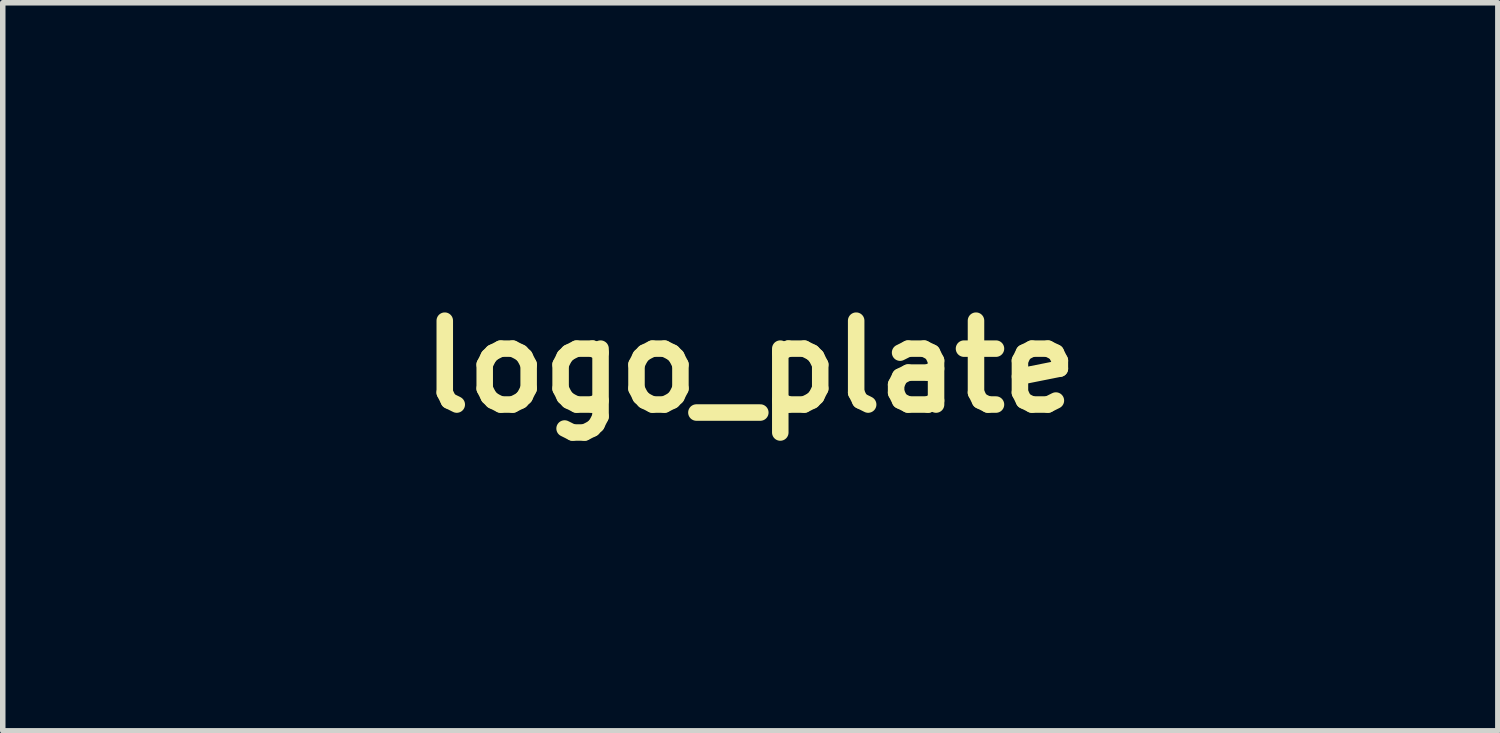
<source format=kicad_pcb>
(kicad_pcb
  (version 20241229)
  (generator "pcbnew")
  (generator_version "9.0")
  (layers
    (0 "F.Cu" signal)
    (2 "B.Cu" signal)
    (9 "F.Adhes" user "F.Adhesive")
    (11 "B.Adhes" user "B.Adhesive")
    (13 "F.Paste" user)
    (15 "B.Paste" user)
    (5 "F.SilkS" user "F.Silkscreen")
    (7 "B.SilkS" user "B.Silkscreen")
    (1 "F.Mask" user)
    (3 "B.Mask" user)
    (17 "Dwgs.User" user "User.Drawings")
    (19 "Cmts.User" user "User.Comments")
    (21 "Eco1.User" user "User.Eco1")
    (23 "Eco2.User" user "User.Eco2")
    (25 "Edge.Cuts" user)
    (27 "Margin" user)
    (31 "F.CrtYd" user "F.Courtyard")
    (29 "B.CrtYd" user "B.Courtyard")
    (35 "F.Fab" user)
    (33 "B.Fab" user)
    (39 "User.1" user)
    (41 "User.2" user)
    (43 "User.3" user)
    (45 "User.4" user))
  (footprint "logo_plate"
    (layer "F.Cu")
    (at 10.583 3.611)
    (property "Reference" "logo_plate" (at 0 0 0) (layer "F.SilkS") (effects (font (size 1.524 1.524) (thickness 0.3))))
    (attr through_hole)
    (fp_poly (pts (xy -6.988 2.348) (xy -7.648 2.348) (xy -7.648 -2.167) (xy -6.988 -2.167) (xy -6.988 2.348)) (stroke (width 0.01) (type solid)) (fill yes) (layer "F.Mask"))
    (fp_poly (pts (xy 4.612 3.421) (xy -10.578 3.421) (xy -10.578 2.89) (xy 4.612 2.89) (xy 4.612 3.421)) (stroke (width 0.01) (type solid)) (fill yes) (layer "F.Mask"))
    (fp_poly (pts (xy 4.617 2.348) (xy 3.957 2.348) (xy 3.957 -2.167) (xy 4.617 -2.167) (xy 4.617 2.348)) (stroke (width 0.01) (type solid)) (fill yes) (layer "F.Mask"))
    (fp_poly (pts (xy 10.578 3.421) (xy 6.677 3.421) (xy 6.677 2.89) (xy 10.578 2.89) (xy 10.578 3.421)) (stroke (width 0.01) (type solid)) (fill yes) (layer "F.Mask"))
    (fp_poly (pts (xy 4.315 -3.605) (xy 4.365 -3.601) (xy 4.405 -3.592) (xy 4.462 -3.572) (xy 4.513 -3.541) (xy 4.558 -3.502) (xy 4.596 -3.454) (xy 4.627 -3.4) (xy 4.65 -3.339) (xy 4.652 -3.332) (xy 4.659 -3.295) (xy 4.664 -3.251) (xy 4.665 -3.203) (xy 4.663 -3.155) (xy 4.658 -3.111) (xy 4.652 -3.079) (xy 4.629 -3.012) (xy 4.599 -2.954) (xy 4.562 -2.905) (xy 4.519 -2.864) (xy 4.469 -2.833) (xy 4.412 -2.81) (xy 4.405 -2.808) (xy 4.38 -2.803) (xy 4.346 -2.799) (xy 4.308 -2.797) (xy 4.269 -2.796) (xy 4.231 -2.797) (xy 4.198 -2.799) (xy 4.177 -2.802) (xy 4.137 -2.812) (xy 4.102 -2.826) (xy 4.067 -2.845) (xy 4.051 -2.855) (xy 4.013 -2.884) (xy 3.982 -2.919) (xy 3.956 -2.963) (xy 3.949 -2.977) (xy 3.922 -3.045) (xy 3.905 -3.118) (xy 3.899 -3.195) (xy 3.901 -3.262) (xy 3.911 -3.329) (xy 3.93 -3.391) (xy 3.957 -3.446) (xy 3.992 -3.494) (xy 4.034 -3.534) (xy 4.083 -3.566) (xy 4.12 -3.583) (xy 4.162 -3.594) (xy 4.21 -3.602) (xy 4.262 -3.606) (xy 4.315 -3.605)) (stroke (width 0.01) (type solid)) (fill yes) (layer "F.Mask"))
    (fp_poly (pts (xy -7.304 -3.605) (xy -7.244 -3.6) (xy -7.192 -3.59) (xy -7.147 -3.574) (xy -7.107 -3.553) (xy -7.07 -3.524) (xy -7.053 -3.508) (xy -7.011 -3.459) (xy -6.978 -3.405) (xy -6.956 -3.347) (xy -6.942 -3.283) (xy -6.938 -3.213) (xy -6.939 -3.181) (xy -6.943 -3.133) (xy -6.95 -3.092) (xy -6.96 -3.054) (xy -6.976 -3.014) (xy -6.988 -2.987) (xy -7.02 -2.933) (xy -7.057 -2.888) (xy -7.1 -2.852) (xy -7.15 -2.825) (xy -7.199 -2.808) (xy -7.227 -2.803) (xy -7.261 -2.799) (xy -7.301 -2.797) (xy -7.342 -2.796) (xy -7.38 -2.797) (xy -7.414 -2.8) (xy -7.431 -2.803) (xy -7.474 -2.816) (xy -7.518 -2.835) (xy -7.558 -2.858) (xy -7.59 -2.884) (xy -7.593 -2.886) (xy -7.621 -2.92) (xy -7.647 -2.962) (xy -7.669 -3.011) (xy -7.687 -3.063) (xy -7.699 -3.113) (xy -7.702 -3.144) (xy -7.704 -3.183) (xy -7.704 -3.225) (xy -7.702 -3.265) (xy -7.698 -3.301) (xy -7.697 -3.31) (xy -7.679 -3.374) (xy -7.654 -3.432) (xy -7.622 -3.482) (xy -7.582 -3.524) (xy -7.535 -3.557) (xy -7.516 -3.567) (xy -7.471 -3.586) (xy -7.426 -3.598) (xy -7.376 -3.605) (xy -7.321 -3.606) (xy -7.304 -3.605)) (stroke (width 0.01) (type solid)) (fill yes) (layer "F.Mask"))
    (fp_poly (pts (xy 3.029 -2.221) (xy 3.064 -2.22) (xy 3.091 -2.219) (xy 3.114 -2.217) (xy 3.135 -2.215) (xy 3.154 -2.212) (xy 3.172 -2.208) (xy 3.253 -2.187) (xy 3.326 -2.161) (xy 3.393 -2.13) (xy 3.458 -2.09) (xy 3.518 -2.045) (xy 3.533 -2.033) (xy 3.442 -1.746) (xy 3.425 -1.692) (xy 3.409 -1.64) (xy 3.394 -1.593) (xy 3.38 -1.551) (xy 3.369 -1.516) (xy 3.36 -1.487) (xy 3.353 -1.467) (xy 3.35 -1.457) (xy 3.349 -1.455) (xy 3.344 -1.456) (xy 3.33 -1.461) (xy 3.31 -1.47) (xy 3.286 -1.482) (xy 3.281 -1.484) (xy 3.192 -1.524) (xy 3.104 -1.552) (xy 3.017 -1.568) (xy 2.932 -1.574) (xy 2.847 -1.568) (xy 2.763 -1.551) (xy 2.755 -1.549) (xy 2.71 -1.534) (xy 2.661 -1.512) (xy 2.612 -1.487) (xy 2.566 -1.459) (xy 2.534 -1.437) (xy 2.498 -1.407) (xy 2.458 -1.371) (xy 2.418 -1.33) (xy 2.381 -1.289) (xy 2.348 -1.249) (xy 2.344 -1.242) (xy 2.309 -1.195) (xy 2.309 2.348) (xy 1.648 2.348) (xy 1.648 -2.167) (xy 2.099 -2.167) (xy 2.159 -1.985) (xy 2.174 -1.942) (xy 2.187 -1.903) (xy 2.199 -1.867) (xy 2.209 -1.838) (xy 2.217 -1.817) (xy 2.222 -1.803) (xy 2.223 -1.799) (xy 2.228 -1.802) (xy 2.237 -1.813) (xy 2.251 -1.829) (xy 2.267 -1.85) (xy 2.269 -1.853) (xy 2.335 -1.934) (xy 2.408 -2.006) (xy 2.485 -2.068) (xy 2.568 -2.12) (xy 2.656 -2.163) (xy 2.748 -2.195) (xy 2.801 -2.208) (xy 2.822 -2.212) (xy 2.842 -2.216) (xy 2.863 -2.218) (xy 2.886 -2.219) (xy 2.915 -2.22) (xy 2.952 -2.221) (xy 2.986 -2.221) (xy 3.029 -2.221)) (stroke (width 0.01) (type solid)) (fill yes) (layer "F.Mask"))
    (fp_poly (pts (xy -4.849 -2.221) (xy -4.816 -2.219) (xy -4.714 -2.201) (xy -4.617 -2.174) (xy -4.523 -2.136) (xy -4.518 -2.134) (xy -4.453 -2.1) (xy -4.393 -2.061) (xy -4.337 -2.016) (xy -4.283 -1.964) (xy -4.258 -1.937) (xy -4.2 -1.867) (xy -4.151 -1.794) (xy -4.108 -1.716) (xy -4.073 -1.632) (xy -4.043 -1.541) (xy -4.019 -1.443) (xy -4.004 -1.354) (xy -4.003 -1.348) (xy -4.002 -1.34) (xy -4.001 -1.332) (xy -4 -1.322) (xy -4 -1.31) (xy -3.999 -1.295) (xy -3.998 -1.278) (xy -3.998 -1.258) (xy -3.997 -1.235) (xy -3.997 -1.207) (xy -3.996 -1.176) (xy -3.996 -1.139) (xy -3.996 -1.098) (xy -3.995 -1.052) (xy -3.995 -1) (xy -3.995 -0.942) (xy -3.994 -0.877) (xy -3.994 -0.806) (xy -3.994 -0.727) (xy -3.994 -0.641) (xy -3.993 -0.547) (xy -3.993 -0.444) (xy -3.993 -0.333) (xy -3.993 -0.213) (xy -3.993 -0.084) (xy -3.993 0.056) (xy -3.992 0.205) (xy -3.992 0.365) (xy -3.992 0.529) (xy -3.99 2.348) (xy -4.651 2.348) (xy -4.651 0.639) (xy -4.651 0.451) (xy -4.651 0.274) (xy -4.651 0.107) (xy -4.651 -0.05) (xy -4.652 -0.196) (xy -4.652 -0.332) (xy -4.652 -0.458) (xy -4.652 -0.573) (xy -4.653 -0.677) (xy -4.653 -0.77) (xy -4.653 -0.852) (xy -4.654 -0.924) (xy -4.654 -0.985) (xy -4.655 -1.034) (xy -4.655 -1.073) (xy -4.656 -1.101) (xy -4.657 -1.117) (xy -4.657 -1.12) (xy -4.669 -1.196) (xy -4.687 -1.266) (xy -4.711 -1.33) (xy -4.74 -1.387) (xy -4.774 -1.436) (xy -4.812 -1.476) (xy -4.829 -1.489) (xy -4.863 -1.512) (xy -4.896 -1.53) (xy -4.933 -1.545) (xy -4.972 -1.556) (xy -4.995 -1.562) (xy -5.016 -1.566) (xy -5.037 -1.569) (xy -5.062 -1.57) (xy -5.094 -1.571) (xy -5.117 -1.571) (xy -5.155 -1.571) (xy -5.185 -1.57) (xy -5.209 -1.568) (xy -5.231 -1.565) (xy -5.253 -1.56) (xy -5.255 -1.559) (xy -5.338 -1.534) (xy -5.417 -1.501) (xy -5.493 -1.458) (xy -5.566 -1.406) (xy -5.615 -1.366) (xy -5.644 -1.341) (xy -5.644 2.348) (xy -6.305 2.348) (xy -6.305 -2.168) (xy -6.078 -2.166) (xy -5.852 -2.165) (xy -5.75 -1.908) (xy -5.718 -1.935) (xy -5.627 -2.006) (xy -5.529 -2.067) (xy -5.426 -2.119) (xy -5.317 -2.162) (xy -5.203 -2.194) (xy -5.14 -2.208) (xy -5.1 -2.214) (xy -5.052 -2.218) (xy -5 -2.221) (xy -4.946 -2.223) (xy -4.895 -2.223) (xy -4.849 -2.221)) (stroke (width 0.01) (type solid)) (fill yes) (layer "F.Mask"))
    (fp_poly (pts (xy 0.241 -3.217) (xy 0.241 -3.201) (xy 0.242 -3.176) (xy 0.242 -3.141) (xy 0.242 -3.098) (xy 0.242 -3.048) (xy 0.242 -2.991) (xy 0.243 -2.928) (xy 0.243 -2.861) (xy 0.243 -2.789) (xy 0.243 -2.713) (xy 0.243 -2.695) (xy 0.243 -2.167) (xy 0.993 -2.167) (xy 0.993 -1.609) (xy 0.243 -1.609) (xy 0.243 -0.142) (xy 0.243 0.012) (xy 0.243 0.155) (xy 0.243 0.288) (xy 0.243 0.411) (xy 0.243 0.524) (xy 0.243 0.628) (xy 0.243 0.723) (xy 0.243 0.81) (xy 0.243 0.889) (xy 0.243 0.96) (xy 0.244 1.024) (xy 0.244 1.082) (xy 0.245 1.134) (xy 0.245 1.179) (xy 0.246 1.219) (xy 0.246 1.255) (xy 0.247 1.285) (xy 0.248 1.312) (xy 0.249 1.335) (xy 0.25 1.354) (xy 0.252 1.371) (xy 0.253 1.385) (xy 0.255 1.397) (xy 0.256 1.408) (xy 0.258 1.417) (xy 0.26 1.426) (xy 0.263 1.434) (xy 0.265 1.443) (xy 0.268 1.451) (xy 0.269 1.456) (xy 0.294 1.525) (xy 0.328 1.586) (xy 0.369 1.64) (xy 0.418 1.687) (xy 0.474 1.725) (xy 0.536 1.754) (xy 0.603 1.774) (xy 0.669 1.783) (xy 0.725 1.784) (xy 0.781 1.781) (xy 0.832 1.773) (xy 0.847 1.769) (xy 0.876 1.76) (xy 0.911 1.746) (xy 0.948 1.729) (xy 0.985 1.711) (xy 1.016 1.692) (xy 1.018 1.691) (xy 1.035 1.681) (xy 1.047 1.674) (xy 1.053 1.672) (xy 1.053 1.672) (xy 1.055 1.677) (xy 1.06 1.693) (xy 1.068 1.717) (xy 1.078 1.749) (xy 1.09 1.787) (xy 1.104 1.831) (xy 1.12 1.88) (xy 1.137 1.933) (xy 1.143 1.953) (xy 1.163 2.018) (xy 1.18 2.073) (xy 1.194 2.118) (xy 1.206 2.155) (xy 1.214 2.185) (xy 1.22 2.207) (xy 1.223 2.222) (xy 1.225 2.232) (xy 1.224 2.236) (xy 1.224 2.236) (xy 1.136 2.288) (xy 1.043 2.33) (xy 0.943 2.364) (xy 0.839 2.388) (xy 0.73 2.403) (xy 0.618 2.409) (xy 0.504 2.405) (xy 0.494 2.404) (xy 0.424 2.395) (xy 0.354 2.382) (xy 0.285 2.365) (xy 0.22 2.345) (xy 0.163 2.322) (xy 0.143 2.312) (xy 0.116 2.298) (xy 0.084 2.278) (xy 0.05 2.256) (xy 0.017 2.234) (xy -0.011 2.214) (xy -0.02 2.208) (xy -0.033 2.197) (xy -0.051 2.18) (xy -0.072 2.16) (xy -0.095 2.138) (xy -0.095 2.138) (xy -0.151 2.075) (xy -0.202 2.004) (xy -0.248 1.923) (xy -0.288 1.835) (xy -0.323 1.74) (xy -0.351 1.638) (xy -0.362 1.59) (xy -0.365 1.576) (xy -0.367 1.562) (xy -0.37 1.55) (xy -0.373 1.538) (xy -0.375 1.526) (xy -0.377 1.514) (xy -0.379 1.501) (xy -0.381 1.487) (xy -0.382 1.471) (xy -0.384 1.454) (xy -0.385 1.434) (xy -0.386 1.411) (xy -0.387 1.384) (xy -0.388 1.354) (xy -0.389 1.32) (xy -0.39 1.281) (xy -0.39 1.237) (xy -0.391 1.188) (xy -0.391 1.133) (xy -0.392 1.072) (xy -0.392 1.004) (xy -0.392 0.928) (xy -0.392 0.845) (xy -0.393 0.755) (xy -0.393 0.655) (xy -0.393 0.547) (xy -0.393 0.43) (xy -0.393 0.303) (xy -0.393 0.166) (xy -0.393 0.018) (xy -0.394 -0.094) (xy -0.395 -1.609) (xy -0.639 -1.61) (xy -0.883 -1.611) (xy -0.885 -1.889) (xy -0.886 -2.167) (xy -0.395 -2.167) (xy -0.394 -2.563) (xy -0.392 -2.959) (xy -0.077 -3.091) (xy -0.02 -3.114) (xy 0.033 -3.137) (xy 0.082 -3.157) (xy 0.126 -3.176) (xy 0.164 -3.192) (xy 0.196 -3.205) (xy 0.22 -3.214) (xy 0.235 -3.221) (xy 0.241 -3.223) (xy 0.241 -3.223) (xy 0.241 -3.217)) (stroke (width 0.01) (type solid)) (fill yes) (layer "F.Mask"))
    (fp_poly (pts (xy -9.888 -3.436) (xy -9.785 -3.436) (xy -9.693 -3.435) (xy -9.61 -3.435) (xy -9.537 -3.435) (xy -9.473 -3.434) (xy -9.416 -3.434) (xy -9.366 -3.433) (xy -9.323 -3.433) (xy -9.285 -3.432) (xy -9.253 -3.431) (xy -9.225 -3.43) (xy -9.2 -3.428) (xy -9.179 -3.427) (xy -9.16 -3.425) (xy -9.142 -3.422) (xy -9.125 -3.42) (xy -9.109 -3.417) (xy -9.092 -3.414) (xy -9.074 -3.41) (xy -9.056 -3.406) (xy -8.988 -3.389) (xy -8.915 -3.365) (xy -8.842 -3.335) (xy -8.772 -3.301) (xy -8.707 -3.264) (xy -8.665 -3.236) (xy -8.589 -3.176) (xy -8.52 -3.11) (xy -8.459 -3.038) (xy -8.405 -2.959) (xy -8.358 -2.873) (xy -8.318 -2.779) (xy -8.284 -2.677) (xy -8.256 -2.567) (xy -8.235 -2.447) (xy -8.223 -2.359) (xy -8.222 -2.342) (xy -8.22 -2.315) (xy -8.219 -2.278) (xy -8.218 -2.233) (xy -8.218 -2.181) (xy -8.217 -2.122) (xy -8.216 -2.057) (xy -8.216 -1.988) (xy -8.215 -1.915) (xy -8.215 -1.839) (xy -8.215 -1.761) (xy -8.215 -1.683) (xy -8.215 -1.604) (xy -8.215 -1.526) (xy -8.215 -1.451) (xy -8.216 -1.378) (xy -8.216 -1.309) (xy -8.217 -1.245) (xy -8.218 -1.186) (xy -8.218 -1.134) (xy -8.219 -1.089) (xy -8.22 -1.053) (xy -8.221 -1.027) (xy -8.223 -1.01) (xy -8.223 -1.01) (xy -8.238 -0.903) (xy -8.256 -0.806) (xy -8.277 -0.717) (xy -8.302 -0.635) (xy -8.331 -0.559) (xy -8.362 -0.491) (xy -8.414 -0.399) (xy -8.475 -0.315) (xy -8.543 -0.239) (xy -8.619 -0.17) (xy -8.702 -0.11) (xy -8.792 -0.059) (xy -8.889 -0.016) (xy -8.993 0.018) (xy -9.096 0.042) (xy -9.128 0.048) (xy -9.16 0.052) (xy -9.193 0.056) (xy -9.229 0.06) (xy -9.269 0.062) (xy -9.313 0.064) (xy -9.363 0.066) (xy -9.421 0.067) (xy -9.487 0.067) (xy -9.563 0.068) (xy -9.605 0.068) (xy -9.883 0.068) (xy -9.883 2.348) (xy -10.561 2.348) (xy -10.561 -0.592) (xy -9.883 -0.592) (xy -9.597 -0.594) (xy -9.531 -0.595) (xy -9.475 -0.595) (xy -9.428 -0.596) (xy -9.39 -0.597) (xy -9.358 -0.598) (xy -9.333 -0.599) (xy -9.313 -0.6) (xy -9.296 -0.602) (xy -9.283 -0.603) (xy -9.271 -0.606) (xy -9.268 -0.606) (xy -9.196 -0.628) (xy -9.132 -0.659) (xy -9.074 -0.697) (xy -9.025 -0.745) (xy -8.983 -0.8) (xy -8.949 -0.862) (xy -8.931 -0.91) (xy -8.923 -0.932) (xy -8.917 -0.954) (xy -8.911 -0.974) (xy -8.906 -0.995) (xy -8.902 -1.017) (xy -8.898 -1.041) (xy -8.895 -1.068) (xy -8.892 -1.098) (xy -8.89 -1.131) (xy -8.888 -1.17) (xy -8.887 -1.214) (xy -8.886 -1.264) (xy -8.885 -1.321) (xy -8.885 -1.386) (xy -8.885 -1.459) (xy -8.885 -1.541) (xy -8.885 -1.633) (xy -8.886 -1.735) (xy -8.886 -1.738) (xy -8.886 -1.829) (xy -8.887 -1.91) (xy -8.887 -1.98) (xy -8.887 -2.041) (xy -8.888 -2.094) (xy -8.888 -2.14) (xy -8.889 -2.179) (xy -8.889 -2.211) (xy -8.89 -2.238) (xy -8.891 -2.261) (xy -8.892 -2.28) (xy -8.893 -2.295) (xy -8.894 -2.309) (xy -8.896 -2.32) (xy -8.897 -2.331) (xy -8.899 -2.342) (xy -8.9 -2.345) (xy -8.918 -2.422) (xy -8.942 -2.492) (xy -8.972 -2.554) (xy -9.007 -2.607) (xy -9.009 -2.611) (xy -9.049 -2.653) (xy -9.098 -2.691) (xy -9.154 -2.724) (xy -9.215 -2.75) (xy -9.251 -2.761) (xy -9.262 -2.764) (xy -9.273 -2.766) (xy -9.284 -2.768) (xy -9.297 -2.77) (xy -9.313 -2.771) (xy -9.333 -2.772) (xy -9.357 -2.773) (xy -9.387 -2.774) (xy -9.425 -2.774) (xy -9.471 -2.775) (xy -9.525 -2.775) (xy -9.59 -2.776) (xy -9.591 -2.776) (xy -9.883 -2.778) (xy -9.883 -0.592) (xy -10.561 -0.592) (xy -10.561 -3.438) (xy -9.888 -3.436)) (stroke (width 0.01) (type solid)) (fill yes) (layer "F.Mask"))
    (fp_poly (pts (xy 6.686 -2.223) (xy 6.736 -2.221) (xy 6.784 -2.218) (xy 6.828 -2.214) (xy 6.863 -2.209) (xy 6.869 -2.208) (xy 6.965 -2.184) (xy 7.053 -2.151) (xy 7.134 -2.111) (xy 7.209 -2.062) (xy 7.278 -2.005) (xy 7.302 -1.982) (xy 7.353 -1.928) (xy 7.397 -1.872) (xy 7.436 -1.814) (xy 7.472 -1.75) (xy 7.505 -1.679) (xy 7.53 -1.614) (xy 7.561 -1.523) (xy 7.584 -1.429) (xy 7.6 -1.331) (xy 7.609 -1.247) (xy 7.609 -1.233) (xy 7.61 -1.208) (xy 7.61 -1.173) (xy 7.611 -1.129) (xy 7.611 -1.076) (xy 7.612 -1.015) (xy 7.612 -0.946) (xy 7.613 -0.871) (xy 7.613 -0.789) (xy 7.613 -0.702) (xy 7.614 -0.609) (xy 7.614 -0.513) (xy 7.614 -0.413) (xy 7.614 -0.31) (xy 7.614 -0.204) (xy 7.614 -0.097) (xy 7.614 0.012) (xy 7.614 0.121) (xy 7.614 0.229) (xy 7.614 0.337) (xy 7.614 0.444) (xy 7.614 0.548) (xy 7.614 0.65) (xy 7.614 0.748) (xy 7.613 0.843) (xy 7.613 0.932) (xy 7.613 1.017) (xy 7.613 1.096) (xy 7.612 1.168) (xy 7.612 1.233) (xy 7.611 1.29) (xy 7.611 1.339) (xy 7.61 1.378) (xy 7.61 1.408) (xy 7.609 1.428) (xy 7.609 1.434) (xy 7.595 1.556) (xy 7.571 1.672) (xy 7.539 1.782) (xy 7.497 1.885) (xy 7.447 1.982) (xy 7.387 2.073) (xy 7.373 2.091) (xy 7.314 2.159) (xy 7.247 2.219) (xy 7.174 2.271) (xy 7.095 2.315) (xy 7.012 2.35) (xy 6.924 2.377) (xy 6.833 2.396) (xy 6.74 2.406) (xy 6.645 2.408) (xy 6.549 2.402) (xy 6.453 2.387) (xy 6.357 2.363) (xy 6.263 2.331) (xy 6.171 2.29) (xy 6.082 2.24) (xy 6.006 2.188) (xy 5.963 2.156) (xy 5.962 2.884) (xy 5.96 3.612) (xy 5.3 3.612) (xy 5.3 -1.318) (xy 5.961 -1.318) (xy 5.961 1.507) (xy 6.016 1.555) (xy 6.086 1.613) (xy 6.156 1.66) (xy 6.227 1.697) (xy 6.301 1.726) (xy 6.377 1.746) (xy 6.386 1.748) (xy 6.414 1.751) (xy 6.449 1.753) (xy 6.488 1.753) (xy 6.53 1.753) (xy 6.57 1.75) (xy 6.605 1.747) (xy 6.633 1.742) (xy 6.638 1.741) (xy 6.699 1.72) (xy 6.753 1.691) (xy 6.801 1.654) (xy 6.842 1.607) (xy 6.877 1.552) (xy 6.905 1.488) (xy 6.927 1.415) (xy 6.944 1.332) (xy 6.945 1.324) (xy 6.945 1.313) (xy 6.946 1.297) (xy 6.947 1.277) (xy 6.947 1.251) (xy 6.948 1.22) (xy 6.949 1.184) (xy 6.949 1.141) (xy 6.949 1.091) (xy 6.95 1.035) (xy 6.95 0.97) (xy 6.95 0.898) (xy 6.951 0.818) (xy 6.951 0.729) (xy 6.951 0.631) (xy 6.951 0.523) (xy 6.951 0.406) (xy 6.951 0.278) (xy 6.951 0.139) (xy 6.951 0.085) (xy 6.951 -0.053) (xy 6.951 -0.179) (xy 6.951 -0.296) (xy 6.951 -0.402) (xy 6.951 -0.499) (xy 6.951 -0.587) (xy 6.951 -0.667) (xy 6.951 -0.738) (xy 6.95 -0.802) (xy 6.95 -0.859) (xy 6.95 -0.909) (xy 6.95 -0.953) (xy 6.949 -0.991) (xy 6.949 -1.024) (xy 6.948 -1.053) (xy 6.948 -1.077) (xy 6.947 -1.097) (xy 6.946 -1.114) (xy 6.946 -1.128) (xy 6.945 -1.139) (xy 6.944 -1.149) (xy 6.943 -1.157) (xy 6.942 -1.164) (xy 6.941 -1.168) (xy 6.922 -1.249) (xy 6.898 -1.32) (xy 6.867 -1.382) (xy 6.831 -1.435) (xy 6.788 -1.479) (xy 6.739 -1.514) (xy 6.683 -1.542) (xy 6.628 -1.559) (xy 6.592 -1.566) (xy 6.549 -1.57) (xy 6.502 -1.572) (xy 6.455 -1.571) (xy 6.411 -1.568) (xy 6.374 -1.563) (xy 6.368 -1.562) (xy 6.283 -1.537) (xy 6.201 -1.501) (xy 6.122 -1.456) (xy 6.048 -1.401) (xy 5.999 -1.356) (xy 5.961 -1.318) (xy 5.3 -1.318) (xy 5.3 -2.167) (xy 5.75 -2.167) (xy 5.806 -2.027) (xy 5.861 -1.886) (xy 5.895 -1.917) (xy 5.984 -1.991) (xy 6.08 -2.055) (xy 6.18 -2.109) (xy 6.285 -2.154) (xy 6.394 -2.188) (xy 6.507 -2.212) (xy 6.556 -2.219) (xy 6.593 -2.222) (xy 6.637 -2.223) (xy 6.686 -2.223)) (stroke (width 0.01) (type solid)) (fill yes) (layer "F.Mask"))
    (fp_poly (pts (xy -2.189 -2.222) (xy -2.097 -2.215) (xy -2.011 -2.202) (xy -1.928 -2.184) (xy -1.847 -2.16) (xy -1.766 -2.13) (xy -1.673 -2.088) (xy -1.589 -2.04) (xy -1.514 -1.985) (xy -1.448 -1.922) (xy -1.39 -1.853) (xy -1.34 -1.775) (xy -1.297 -1.69) (xy -1.261 -1.595) (xy -1.26 -1.592) (xy -1.246 -1.546) (xy -1.234 -1.504) (xy -1.225 -1.462) (xy -1.217 -1.419) (xy -1.211 -1.374) (xy -1.207 -1.325) (xy -1.205 -1.27) (xy -1.203 -1.208) (xy -1.202 -1.137) (xy -1.202 -1.114) (xy -1.202 -0.937) (xy -1.799 -0.937) (xy -1.802 -1.085) (xy -1.804 -1.144) (xy -1.806 -1.193) (xy -1.809 -1.235) (xy -1.814 -1.27) (xy -1.82 -1.301) (xy -1.828 -1.329) (xy -1.838 -1.356) (xy -1.85 -1.383) (xy -1.852 -1.387) (xy -1.882 -1.438) (xy -1.922 -1.483) (xy -1.968 -1.522) (xy -2.01 -1.546) (xy -2.073 -1.571) (xy -2.142 -1.589) (xy -2.216 -1.599) (xy -2.298 -1.602) (xy -2.334 -1.601) (xy -2.411 -1.596) (xy -2.478 -1.585) (xy -2.539 -1.568) (xy -2.592 -1.546) (xy -2.63 -1.524) (xy -2.677 -1.487) (xy -2.717 -1.442) (xy -2.749 -1.391) (xy -2.773 -1.333) (xy -2.789 -1.271) (xy -2.797 -1.204) (xy -2.797 -1.135) (xy -2.788 -1.063) (xy -2.77 -0.991) (xy -2.752 -0.94) (xy -2.727 -0.885) (xy -2.694 -0.829) (xy -2.652 -0.769) (xy -2.601 -0.705) (xy -2.596 -0.699) (xy -2.575 -0.676) (xy -2.547 -0.646) (xy -2.514 -0.612) (xy -2.477 -0.573) (xy -2.437 -0.533) (xy -2.396 -0.492) (xy -2.355 -0.452) (xy -2.316 -0.413) (xy -2.279 -0.378) (xy -2.247 -0.348) (xy -2.244 -0.345) (xy -2.21 -0.315) (xy -2.174 -0.281) (xy -2.137 -0.247) (xy -2.102 -0.215) (xy -2.077 -0.192) (xy -2.045 -0.162) (xy -2.009 -0.129) (xy -1.972 -0.095) (xy -1.937 -0.065) (xy -1.925 -0.053) (xy -1.852 0.013) (xy -1.78 0.081) (xy -1.71 0.15) (xy -1.644 0.219) (xy -1.582 0.286) (xy -1.526 0.35) (xy -1.477 0.41) (xy -1.436 0.465) (xy -1.436 0.466) (xy -1.374 0.559) (xy -1.323 0.651) (xy -1.281 0.746) (xy -1.247 0.844) (xy -1.23 0.904) (xy -1.205 1.023) (xy -1.189 1.142) (xy -1.181 1.261) (xy -1.183 1.377) (xy -1.193 1.492) (xy -1.212 1.602) (xy -1.239 1.709) (xy -1.275 1.809) (xy -1.319 1.904) (xy -1.342 1.945) (xy -1.397 2.028) (xy -1.459 2.102) (xy -1.527 2.168) (xy -1.601 2.226) (xy -1.683 2.275) (xy -1.772 2.317) (xy -1.869 2.35) (xy -1.974 2.376) (xy -2.087 2.395) (xy -2.1 2.396) (xy -2.129 2.399) (xy -2.165 2.402) (xy -2.206 2.404) (xy -2.251 2.406) (xy -2.295 2.407) (xy -2.337 2.408) (xy -2.374 2.408) (xy -2.404 2.408) (xy -2.419 2.407) (xy -2.52 2.397) (xy -2.612 2.385) (xy -2.695 2.369) (xy -2.769 2.35) (xy -2.801 2.34) (xy -2.899 2.303) (xy -2.987 2.261) (xy -3.067 2.213) (xy -3.14 2.157) (xy -3.208 2.094) (xy -3.213 2.089) (xy -3.277 2.013) (xy -3.332 1.931) (xy -3.378 1.843) (xy -3.415 1.747) (xy -3.442 1.645) (xy -3.461 1.537) (xy -3.466 1.495) (xy -3.467 1.473) (xy -3.468 1.441) (xy -3.469 1.4) (xy -3.47 1.35) (xy -3.47 1.293) (xy -3.47 1.229) (xy -3.47 1.16) (xy -3.47 1.14) (xy -3.469 0.849) (xy -3.172 0.926) (xy -2.876 1.002) (xy -2.873 1.197) (xy -2.872 1.252) (xy -2.871 1.297) (xy -2.87 1.333) (xy -2.868 1.363) (xy -2.867 1.386) (xy -2.865 1.405) (xy -2.862 1.42) (xy -2.859 1.433) (xy -2.837 1.503) (xy -2.808 1.565) (xy -2.77 1.619) (xy -2.725 1.664) (xy -2.672 1.702) (xy -2.611 1.731) (xy -2.607 1.733) (xy -2.568 1.747) (xy -2.53 1.757) (xy -2.49 1.765) (xy -2.447 1.77) (xy -2.398 1.773) (xy -2.341 1.775) (xy -2.326 1.775) (xy -2.281 1.775) (xy -2.245 1.774) (xy -2.217 1.773) (xy -2.193 1.771) (xy -2.173 1.768) (xy -2.156 1.765) (xy -2.083 1.744) (xy -2.019 1.717) (xy -1.963 1.682) (xy -1.915 1.639) (xy -1.876 1.589) (xy -1.844 1.53) (xy -1.82 1.464) (xy -1.804 1.389) (xy -1.8 1.36) (xy -1.795 1.27) (xy -1.801 1.183) (xy -1.818 1.098) (xy -1.847 1.015) (xy -1.855 0.996) (xy -1.876 0.952) (xy -1.901 0.907) (xy -1.931 0.86) (xy -1.966 0.811) (xy -2.006 0.76) (xy -2.051 0.705) (xy -2.103 0.648) (xy -2.162 0.586) (xy -2.227 0.519) (xy -2.3 0.448) (xy -2.382 0.37) (xy -2.471 0.287) (xy -2.495 0.265) (xy -2.558 0.207) (xy -2.621 0.149) (xy -2.682 0.091) (xy -2.742 0.036) (xy -2.798 -0.018) (xy -2.85 -0.068) (xy -2.897 -0.113) (xy -2.938 -0.154) (xy -2.973 -0.188) (xy -2.992 -0.208) (xy -3.079 -0.303) (xy -3.157 -0.399) (xy -3.224 -0.496) (xy -3.282 -0.592) (xy -3.33 -0.687) (xy -3.366 -0.781) (xy -3.379 -0.821) (xy -3.406 -0.932) (xy -3.424 -1.044) (xy -3.433 -1.157) (xy -3.433 -1.268) (xy -3.424 -1.376) (xy -3.407 -1.481) (xy -3.38 -1.58) (xy -3.378 -1.585) (xy -3.342 -1.674) (xy -3.297 -1.758) (xy -3.243 -1.836) (xy -3.179 -1.908) (xy -3.108 -1.973) (xy -3.029 -2.031) (xy -2.942 -2.083) (xy -2.848 -2.126) (xy -2.747 -2.162) (xy -2.64 -2.19) (xy -2.6 -2.198) (xy -2.543 -2.208) (xy -2.489 -2.215) (xy -2.435 -2.22) (xy -2.377 -2.223) (xy -2.313 -2.224) (xy -2.289 -2.224) (xy -2.189 -2.222)) (stroke (width 0.01) (type solid)) (fill yes) (layer "F.Mask"))
    (fp_poly (pts (xy 9.355 -2.222) (xy 9.475 -2.215) (xy 9.589 -2.198) (xy 9.696 -2.172) (xy 9.796 -2.137) (xy 9.889 -2.093) (xy 9.975 -2.04) (xy 10.055 -1.978) (xy 10.077 -1.959) (xy 10.136 -1.897) (xy 10.192 -1.826) (xy 10.244 -1.747) (xy 10.291 -1.66) (xy 10.333 -1.568) (xy 10.348 -1.53) (xy 10.376 -1.441) (xy 10.398 -1.344) (xy 10.413 -1.242) (xy 10.421 -1.136) (xy 10.424 -1.027) (xy 10.419 -0.917) (xy 10.409 -0.807) (xy 10.392 -0.701) (xy 10.368 -0.598) (xy 10.346 -0.524) (xy 10.311 -0.432) (xy 10.27 -0.341) (xy 10.221 -0.252) (xy 10.164 -0.164) (xy 10.099 -0.076) (xy 10.025 0.012) (xy 9.942 0.101) (xy 9.85 0.191) (xy 9.747 0.284) (xy 9.682 0.338) (xy 9.597 0.408) (xy 9.511 0.476) (xy 9.424 0.543) (xy 9.332 0.61) (xy 9.236 0.678) (xy 9.134 0.749) (xy 9.024 0.822) (xy 8.945 0.874) (xy 8.856 0.931) (xy 8.856 1.128) (xy 8.856 1.192) (xy 8.857 1.246) (xy 8.858 1.292) (xy 8.86 1.331) (xy 8.862 1.364) (xy 8.865 1.393) (xy 8.869 1.419) (xy 8.874 1.443) (xy 8.879 1.462) (xy 8.902 1.526) (xy 8.934 1.584) (xy 8.973 1.635) (xy 9.021 1.678) (xy 9.077 1.713) (xy 9.14 1.74) (xy 9.209 1.759) (xy 9.285 1.77) (xy 9.296 1.77) (xy 9.375 1.77) (xy 9.448 1.762) (xy 9.517 1.744) (xy 9.579 1.718) (xy 9.635 1.685) (xy 9.684 1.643) (xy 9.725 1.595) (xy 9.758 1.54) (xy 9.773 1.507) (xy 9.781 1.483) (xy 9.788 1.461) (xy 9.794 1.438) (xy 9.798 1.414) (xy 9.802 1.387) (xy 9.804 1.355) (xy 9.806 1.318) (xy 9.808 1.272) (xy 9.809 1.217) (xy 9.81 1.191) (xy 9.813 1.003) (xy 10.005 0.953) (xy 10.056 0.94) (xy 10.108 0.926) (xy 10.16 0.913) (xy 10.209 0.9) (xy 10.253 0.888) (xy 10.29 0.879) (xy 10.303 0.875) (xy 10.409 0.848) (xy 10.407 1.154) (xy 10.406 1.221) (xy 10.406 1.278) (xy 10.405 1.325) (xy 10.405 1.365) (xy 10.404 1.398) (xy 10.403 1.426) (xy 10.402 1.449) (xy 10.401 1.468) (xy 10.399 1.484) (xy 10.397 1.5) (xy 10.394 1.515) (xy 10.392 1.53) (xy 10.366 1.641) (xy 10.331 1.745) (xy 10.287 1.844) (xy 10.235 1.936) (xy 10.174 2.02) (xy 10.105 2.098) (xy 10.028 2.167) (xy 9.944 2.229) (xy 9.854 2.282) (xy 9.756 2.326) (xy 9.653 2.361) (xy 9.544 2.387) (xy 9.488 2.396) (xy 9.443 2.401) (xy 9.392 2.405) (xy 9.337 2.407) (xy 9.283 2.408) (xy 9.233 2.407) (xy 9.192 2.404) (xy 9.078 2.389) (xy 8.97 2.363) (xy 8.867 2.328) (xy 8.77 2.284) (xy 8.68 2.231) (xy 8.596 2.168) (xy 8.519 2.097) (xy 8.448 2.017) (xy 8.386 1.929) (xy 8.332 1.835) (xy 8.299 1.763) (xy 8.272 1.684) (xy 8.249 1.596) (xy 8.231 1.499) (xy 8.229 1.487) (xy 8.228 1.477) (xy 8.227 1.455) (xy 8.227 1.424) (xy 8.226 1.383) (xy 8.225 1.333) (xy 8.225 1.276) (xy 8.224 1.21) (xy 8.223 1.138) (xy 8.223 1.059) (xy 8.222 0.975) (xy 8.222 0.885) (xy 8.221 0.791) (xy 8.221 0.693) (xy 8.22 0.591) (xy 8.22 0.487) (xy 8.22 0.381) (xy 8.22 0.274) (xy 8.219 0.166) (xy 8.219 0.057) (xy 8.219 -0.051) (xy 8.219 -0.158) (xy 8.219 -0.263) (xy 8.219 -0.366) (xy 8.219 -0.444) (xy 8.856 -0.444) (xy 8.856 0.294) (xy 8.889 0.273) (xy 8.904 0.263) (xy 8.927 0.248) (xy 8.954 0.229) (xy 8.983 0.209) (xy 9.003 0.196) (xy 9.103 0.125) (xy 9.193 0.057) (xy 9.265 -0.001) (xy 9.294 -0.025) (xy 9.327 -0.056) (xy 9.363 -0.09) (xy 9.401 -0.127) (xy 9.438 -0.164) (xy 9.473 -0.2) (xy 9.504 -0.233) (xy 9.529 -0.262) (xy 9.541 -0.277) (xy 9.604 -0.362) (xy 9.657 -0.448) (xy 9.7 -0.535) (xy 9.734 -0.626) (xy 9.759 -0.722) (xy 9.776 -0.824) (xy 9.782 -0.883) (xy 9.787 -0.972) (xy 9.785 -1.059) (xy 9.778 -1.142) (xy 9.766 -1.22) (xy 9.747 -1.291) (xy 9.724 -1.354) (xy 9.716 -1.372) (xy 9.703 -1.397) (xy 9.69 -1.418) (xy 9.676 -1.437) (xy 9.657 -1.458) (xy 9.638 -1.477) (xy 9.585 -1.524) (xy 9.53 -1.56) (xy 9.472 -1.588) (xy 9.409 -1.606) (xy 9.36 -1.615) (xy 9.304 -1.618) (xy 9.245 -1.614) (xy 9.187 -1.604) (xy 9.132 -1.589) (xy 9.093 -1.572) (xy 9.042 -1.54) (xy 8.995 -1.499) (xy 8.954 -1.449) (xy 8.919 -1.394) (xy 8.893 -1.333) (xy 8.88 -1.29) (xy 8.876 -1.276) (xy 8.873 -1.263) (xy 8.871 -1.249) (xy 8.868 -1.234) (xy 8.866 -1.217) (xy 8.864 -1.198) (xy 8.863 -1.175) (xy 8.861 -1.149) (xy 8.86 -1.119) (xy 8.859 -1.084) (xy 8.858 -1.044) (xy 8.858 -0.997) (xy 8.857 -0.943) (xy 8.857 -0.882) (xy 8.857 -0.813) (xy 8.856 -0.736) (xy 8.856 -0.649) (xy 8.856 -0.552) (xy 8.856 -0.444) (xy 8.219 -0.444) (xy 8.219 -0.466) (xy 8.219 -0.563) (xy 8.219 -0.655) (xy 8.219 -0.743) (xy 8.22 -0.825) (xy 8.22 -0.902) (xy 8.22 -0.971) (xy 8.221 -1.034) (xy 8.221 -1.089) (xy 8.222 -1.135) (xy 8.222 -1.172) (xy 8.223 -1.2) (xy 8.224 -1.217) (xy 8.224 -1.218) (xy 8.232 -1.309) (xy 8.245 -1.392) (xy 8.264 -1.47) (xy 8.288 -1.544) (xy 8.319 -1.619) (xy 8.33 -1.642) (xy 8.382 -1.735) (xy 8.442 -1.822) (xy 8.51 -1.901) (xy 8.586 -1.973) (xy 8.668 -2.037) (xy 8.756 -2.091) (xy 8.85 -2.137) (xy 8.919 -2.162) (xy 8.998 -2.186) (xy 9.075 -2.204) (xy 9.154 -2.215) (xy 9.237 -2.222) (xy 9.327 -2.223) (xy 9.355 -2.222)) (stroke (width 0.01) (type solid)) (fill yes) (layer "F.Mask")))
  (gr_rect
    (start -3 -3)
    (end 24.165 10.228)
    (stroke (width 0.1) (type default))
    (fill no)
    (layer "Edge.Cuts")))
</source>
